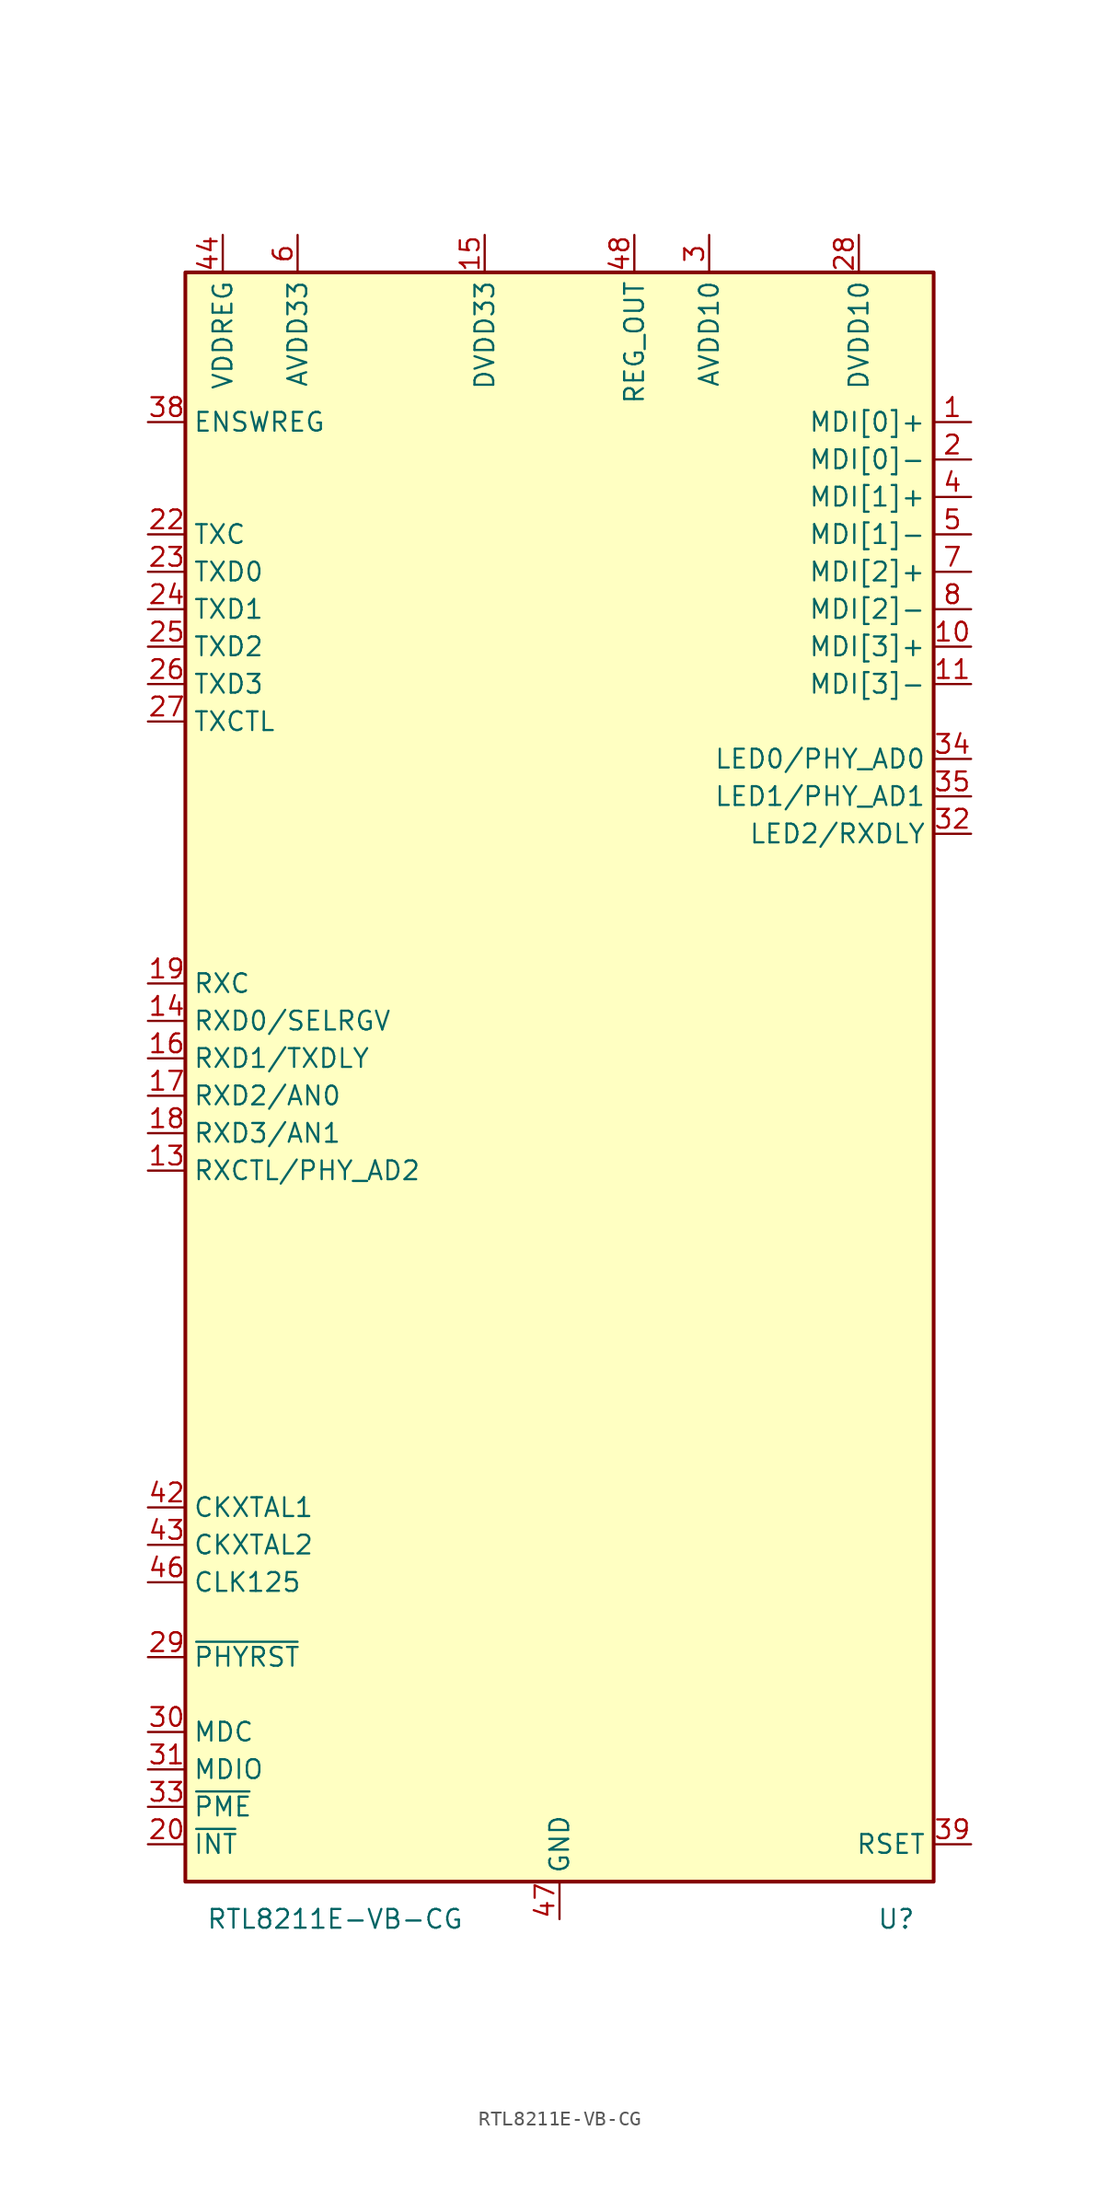
<source format=kicad_sym>
(kicad_symbol_lib
  (version 20211014)
  (generator kicad_symbol_editor)
  (symbol "RTL8211E-VB-CG"
    (property "Reference" "U"
      (at 22.86 -58.42 0)
      (effects (font (size 1.27 1.27))))
    (property "Value" "RTL8211E-VB-CG"
      (at -15.24 -58.42 0)
      (effects (font (size 1.27 1.27))))
    (symbol "RTL8211E-VB-CG_0_0"
      (pin input line (at -27.94 22.86 0) (length 2.54) (name "TXCTL" (effects (font (size 1.27 1.27)))) (number "27" (effects (font (size 1.27 1.27)))))
      (pin power_in line (at -22.86 55.88 270) (length 2.54) hide (name "VDDREG" (effects (font (size 1.27 1.27)))) (number "45" (effects (font (size 1.27 1.27))))))
    (symbol "RTL8211E-VB-CG_0_1"
      (rectangle (start -25.4 53.34) (end 25.4 -55.88) (stroke (width 0.254) (type default) (color 0 0 0 0)) (fill (type background))))
    (symbol "RTL8211E-VB-CG_1_1"
      (pin bidirectional line (at 27.94 43.18 180) (length 2.54) (name "MDI[0]+" (effects (font (size 1.27 1.27)))) (number "1" (effects (font (size 1.27 1.27)))))
      (pin bidirectional line (at 27.94 27.94 180) (length 2.54) (name "MDI[3]+" (effects (font (size 1.27 1.27)))) (number "10" (effects (font (size 1.27 1.27)))))
      (pin bidirectional line (at 27.94 25.4 180) (length 2.54) (name "MDI[3]-" (effects (font (size 1.27 1.27)))) (number "11" (effects (font (size 1.27 1.27)))))
      (pin no_connect line (at 25.4 5.08 180) (length 2.54) hide (name "NC" (effects (font (size 1.27 1.27)))) (number "12" (effects (font (size 1.27 1.27)))))
      (pin bidirectional line (at -27.94 -7.62 0) (length 2.54) (name "RXCTL/PHY_AD2" (effects (font (size 1.27 1.27)))) (number "13" (effects (font (size 1.27 1.27)))))
      (pin output line (at -27.94 2.54 0) (length 2.54) (name "RXD0/SELRGV" (effects (font (size 1.27 1.27)))) (number "14" (effects (font (size 1.27 1.27)))))
      (pin power_in line (at -5.08 55.88 270) (length 2.54) (name "DVDD33" (effects (font (size 1.27 1.27)))) (number "15" (effects (font (size 1.27 1.27)))))
      (pin output line (at -27.94 0 0) (length 2.54) (name "RXD1/TXDLY" (effects (font (size 1.27 1.27)))) (number "16" (effects (font (size 1.27 1.27)))))
      (pin output line (at -27.94 -2.54 0) (length 2.54) (name "RXD2/AN0" (effects (font (size 1.27 1.27)))) (number "17" (effects (font (size 1.27 1.27)))))
      (pin output line (at -27.94 -5.08 0) (length 2.54) (name "RXD3/AN1" (effects (font (size 1.27 1.27)))) (number "18" (effects (font (size 1.27 1.27)))))
      (pin output line (at -27.94 5.08 0) (length 2.54) (name "RXC" (effects (font (size 1.27 1.27)))) (number "19" (effects (font (size 1.27 1.27)))))
      (pin bidirectional line (at 27.94 40.64 180) (length 2.54) (name "MDI[0]-" (effects (font (size 1.27 1.27)))) (number "2" (effects (font (size 1.27 1.27)))))
      (pin open_collector line (at -27.94 -53.34 0) (length 2.54) (name "~{INT}" (effects (font (size 1.27 1.27)))) (number "20" (effects (font (size 1.27 1.27)))))
      (pin power_in line (at -5.08 55.88 270) (length 2.54) hide (name "DVDD33" (effects (font (size 1.27 1.27)))) (number "21" (effects (font (size 1.27 1.27)))))
      (pin output line (at -27.94 35.56 0) (length 2.54) (name "TXC" (effects (font (size 1.27 1.27)))) (number "22" (effects (font (size 1.27 1.27)))))
      (pin input line (at -27.94 33.02 0) (length 2.54) (name "TXD0" (effects (font (size 1.27 1.27)))) (number "23" (effects (font (size 1.27 1.27)))))
      (pin input line (at -27.94 30.48 0) (length 2.54) (name "TXD1" (effects (font (size 1.27 1.27)))) (number "24" (effects (font (size 1.27 1.27)))))
      (pin input line (at -27.94 27.94 0) (length 2.54) (name "TXD2" (effects (font (size 1.27 1.27)))) (number "25" (effects (font (size 1.27 1.27)))))
      (pin input line (at -27.94 25.4 0) (length 2.54) (name "TXD3" (effects (font (size 1.27 1.27)))) (number "26" (effects (font (size 1.27 1.27)))))
      (pin power_in line (at 20.32 55.88 270) (length 2.54) (name "DVDD10" (effects (font (size 1.27 1.27)))) (number "28" (effects (font (size 1.27 1.27)))))
      (pin input line (at -27.94 -40.64 0) (length 2.54) (name "~{PHYRST}" (effects (font (size 1.27 1.27)))) (number "29" (effects (font (size 1.27 1.27)))))
      (pin power_in line (at 10.16 55.88 270) (length 2.54) (name "AVDD10" (effects (font (size 1.27 1.27)))) (number "3" (effects (font (size 1.27 1.27)))))
      (pin input line (at -27.94 -45.72 0) (length 2.54) (name "MDC" (effects (font (size 1.27 1.27)))) (number "30" (effects (font (size 1.27 1.27)))))
      (pin bidirectional line (at -27.94 -48.26 0) (length 2.54) (name "MDIO" (effects (font (size 1.27 1.27)))) (number "31" (effects (font (size 1.27 1.27)))))
      (pin bidirectional line (at 27.94 15.24 180) (length 2.54) (name "LED2/RXDLY" (effects (font (size 1.27 1.27)))) (number "32" (effects (font (size 1.27 1.27)))))
      (pin open_collector line (at -27.94 -50.8 0) (length 2.54) (name "~{PME}" (effects (font (size 1.27 1.27)))) (number "33" (effects (font (size 1.27 1.27)))))
      (pin bidirectional line (at 27.94 20.32 180) (length 2.54) (name "LED0/PHY_AD0" (effects (font (size 1.27 1.27)))) (number "34" (effects (font (size 1.27 1.27)))))
      (pin bidirectional line (at 27.94 17.78 180) (length 2.54) (name "LED1/PHY_AD1" (effects (font (size 1.27 1.27)))) (number "35" (effects (font (size 1.27 1.27)))))
      (pin power_in line (at 20.32 55.88 270) (length 2.54) hide (name "DVDD10" (effects (font (size 1.27 1.27)))) (number "36" (effects (font (size 1.27 1.27)))))
      (pin power_in line (at -5.08 55.88 270) (length 2.54) hide (name "DVDD33" (effects (font (size 1.27 1.27)))) (number "37" (effects (font (size 1.27 1.27)))))
      (pin input line (at -27.94 43.18 0) (length 2.54) (name "ENSWREG" (effects (font (size 1.27 1.27)))) (number "38" (effects (font (size 1.27 1.27)))))
      (pin passive line (at 27.94 -53.34 180) (length 2.54) (name "RSET" (effects (font (size 1.27 1.27)))) (number "39" (effects (font (size 1.27 1.27)))))
      (pin bidirectional line (at 27.94 38.1 180) (length 2.54) (name "MDI[1]+" (effects (font (size 1.27 1.27)))) (number "4" (effects (font (size 1.27 1.27)))))
      (pin power_in line (at 10.16 55.88 270) (length 2.54) hide (name "AVDD10" (effects (font (size 1.27 1.27)))) (number "40" (effects (font (size 1.27 1.27)))))
      (pin power_in line (at -17.78 55.88 270) (length 2.54) hide (name "AVDD33" (effects (font (size 1.27 1.27)))) (number "41" (effects (font (size 1.27 1.27)))))
      (pin input line (at -27.94 -30.48 0) (length 2.54) (name "CKXTAL1" (effects (font (size 1.27 1.27)))) (number "42" (effects (font (size 1.27 1.27)))))
      (pin output line (at -27.94 -33.02 0) (length 2.54) (name "CKXTAL2" (effects (font (size 1.27 1.27)))) (number "43" (effects (font (size 1.27 1.27)))))
      (pin power_in line (at -22.86 55.88 270) (length 2.54) (name "VDDREG" (effects (font (size 1.27 1.27)))) (number "44" (effects (font (size 1.27 1.27)))))
      (pin output line (at -27.94 -35.56 0) (length 2.54) (name "CLK125" (effects (font (size 1.27 1.27)))) (number "46" (effects (font (size 1.27 1.27)))))
      (pin power_in line (at 0 -58.42 90) (length 2.54) (name "GND" (effects (font (size 1.27 1.27)))) (number "47" (effects (font (size 1.27 1.27)))))
      (pin power_out line (at 5.08 55.88 270) (length 2.54) (name "REG_OUT" (effects (font (size 1.27 1.27)))) (number "48" (effects (font (size 1.27 1.27)))))
      (pin passive line (at 0 -58.42 90) (length 2.54) hide (name "GND" (effects (font (size 1.27 1.27)))) (number "49" (effects (font (size 1.27 1.27)))))
      (pin bidirectional line (at 27.94 35.56 180) (length 2.54) (name "MDI[1]-" (effects (font (size 1.27 1.27)))) (number "5" (effects (font (size 1.27 1.27)))))
      (pin power_in line (at -17.78 55.88 270) (length 2.54) (name "AVDD33" (effects (font (size 1.27 1.27)))) (number "6" (effects (font (size 1.27 1.27)))))
      (pin bidirectional line (at 27.94 33.02 180) (length 2.54) (name "MDI[2]+" (effects (font (size 1.27 1.27)))) (number "7" (effects (font (size 1.27 1.27)))))
      (pin bidirectional line (at 27.94 30.48 180) (length 2.54) (name "MDI[2]-" (effects (font (size 1.27 1.27)))) (number "8" (effects (font (size 1.27 1.27)))))
      (pin power_in line (at 10.16 55.88 270) (length 2.54) hide (name "AVDD10" (effects (font (size 1.27 1.27)))) (number "9" (effects (font (size 1.27 1.27))))))))
</source>
